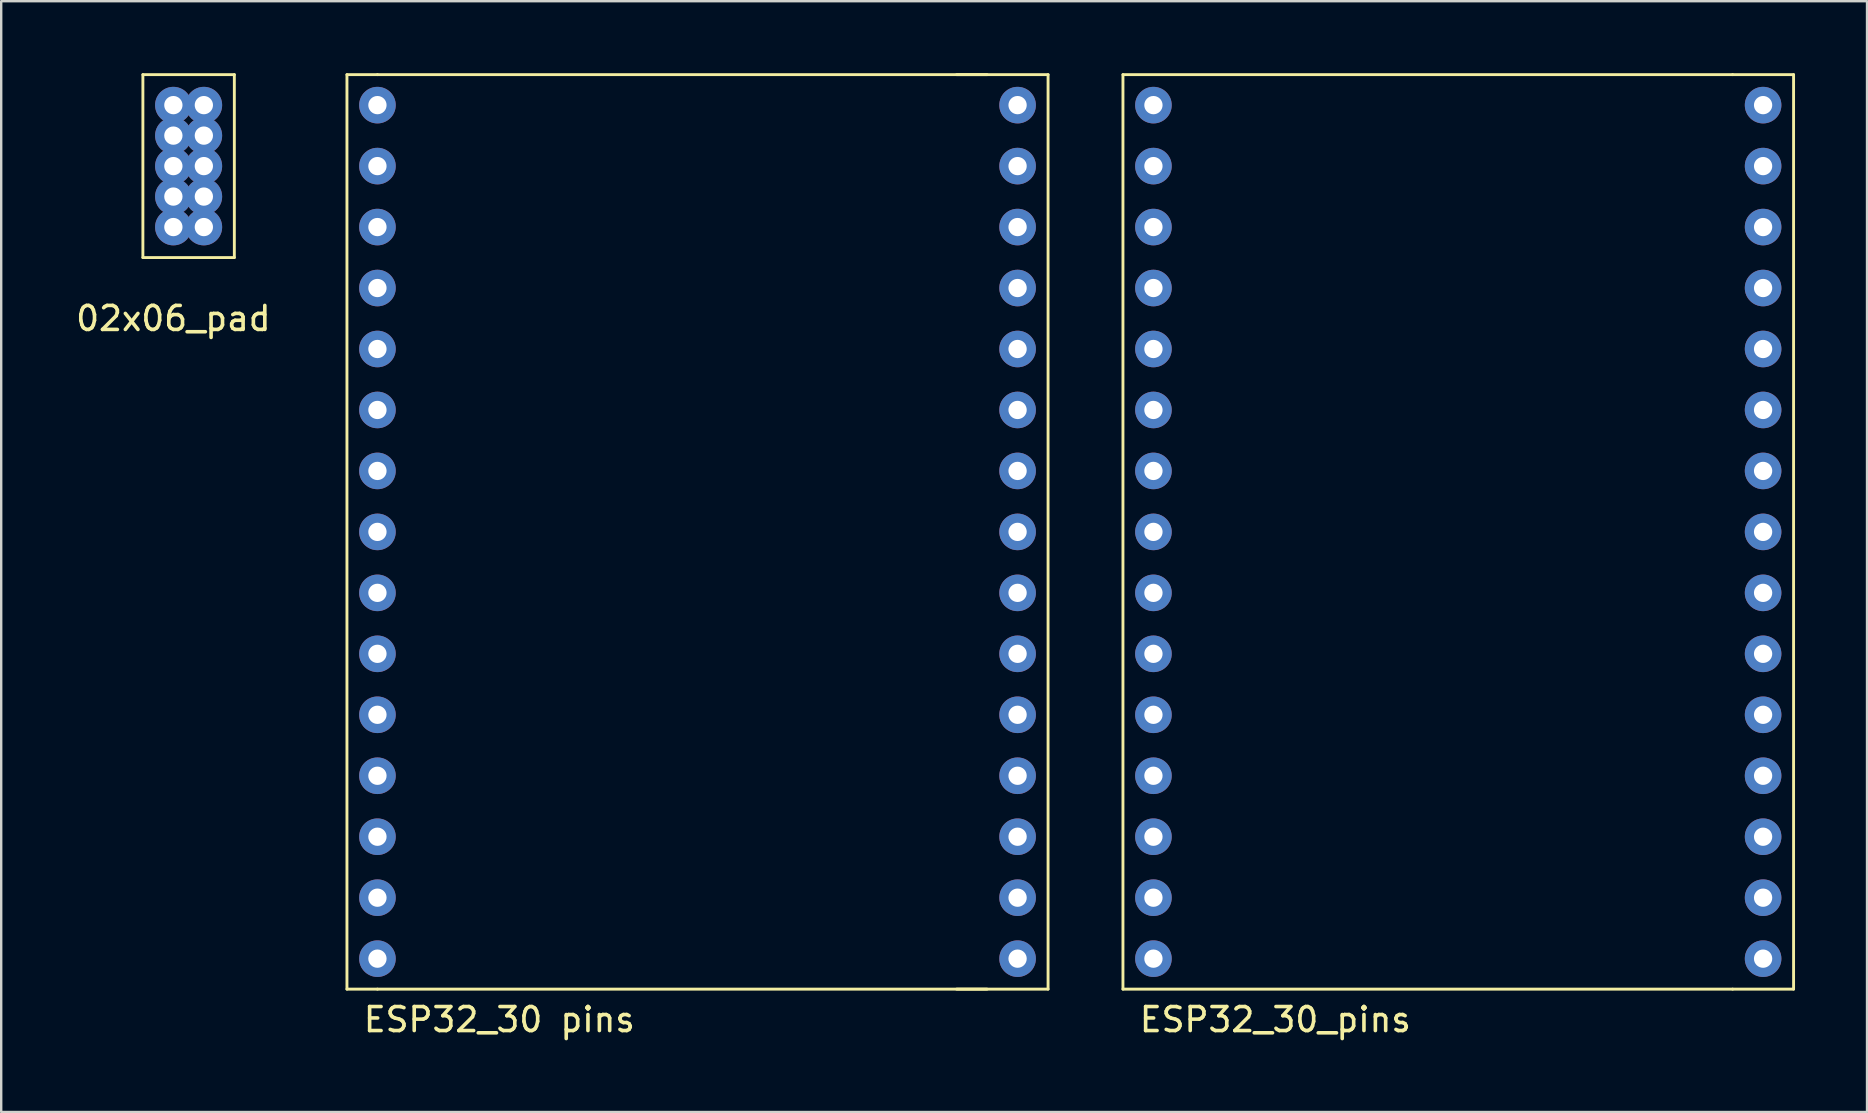
<source format=kicad_pcb>
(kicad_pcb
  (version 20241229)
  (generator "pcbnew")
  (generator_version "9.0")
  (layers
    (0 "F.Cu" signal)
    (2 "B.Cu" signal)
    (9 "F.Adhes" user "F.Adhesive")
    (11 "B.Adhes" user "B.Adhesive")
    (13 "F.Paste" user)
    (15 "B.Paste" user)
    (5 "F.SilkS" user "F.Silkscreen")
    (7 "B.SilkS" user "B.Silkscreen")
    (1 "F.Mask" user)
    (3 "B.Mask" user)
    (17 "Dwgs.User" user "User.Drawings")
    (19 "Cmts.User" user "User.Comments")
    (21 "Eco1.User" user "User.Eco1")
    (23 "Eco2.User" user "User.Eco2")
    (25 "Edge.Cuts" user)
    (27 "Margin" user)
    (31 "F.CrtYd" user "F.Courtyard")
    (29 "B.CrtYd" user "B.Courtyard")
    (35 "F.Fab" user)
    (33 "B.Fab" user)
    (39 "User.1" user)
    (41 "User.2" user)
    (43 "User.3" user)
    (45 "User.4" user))
  (footprint "02x06_pad"
    (layer "F.Cu")
    (at 2.903 7.68)
    (property "Reference" "02x06_pad" (at 1.27 2.54 0) (layer "F.SilkS") (effects (font (size 1 1) (thickness 0.15))))
    (attr through_hole)
    (fp_line (start 0 -7.62) (end 0 0) (stroke (width 0.12) (type solid)) (layer "F.SilkS"))
    (fp_line (start 0 0) (end 3.81 0) (stroke (width 0.12) (type solid)) (layer "F.SilkS"))
    (fp_line (start 3.81 -7.62) (end 0 -7.62) (stroke (width 0.12) (type solid)) (layer "F.SilkS"))
    (fp_line (start 3.81 0) (end 3.81 -7.62) (stroke (width 0.12) (type solid)) (layer "F.SilkS"))
    (pad "1" thru_hole circle (at 1.27 -6.35) (size 1.524 1.524) (drill 0.762) (layers "*.Cu" "*.Mask" "B.Paste"))
    (pad "1" thru_hole circle (at 1.27 -5.08) (size 1.524 1.524) (drill 0.762) (layers "*.Cu" "*.Mask"))
    (pad "1" thru_hole circle (at 1.27 -3.81) (size 1.524 1.524) (drill 0.762) (layers "*.Cu" "*.Mask" "B.Paste"))
    (pad "1" thru_hole circle (at 1.27 -2.54) (size 1.524 1.524) (drill 0.762) (layers "*.Cu" "*.Mask" "B.Paste"))
    (pad "1" thru_hole circle (at 1.27 -1.27) (size 1.524 1.524) (drill 0.762) (layers "*.Cu" "*.Mask" "B.Paste"))
    (pad "1" thru_hole circle (at 2.54 -6.35) (size 1.524 1.524) (drill 0.762) (layers "*.Cu" "*.Mask" "B.Paste"))
    (pad "1" thru_hole circle (at 2.54 -5.08) (size 1.524 1.524) (drill 0.762) (layers "*.Cu" "*.Mask" "B.Paste"))
    (pad "1" thru_hole circle (at 2.54 -3.81) (size 1.524 1.524) (drill 0.762) (layers "*.Cu" "*.Mask" "B.Paste"))
    (pad "1" thru_hole circle (at 2.54 -2.54) (size 1.524 1.524) (drill 0.762) (layers "*.Cu" "*.Mask" "B.Paste"))
    (pad "1" thru_hole circle (at 2.54 -1.27) (size 1.524 1.524) (drill 0.762) (layers "*.Cu" "*.Mask" "B.Paste")))
  (footprint "ESP32_30 pins"
    (layer "F.Cu")
    (at 12.675 36.89)
    (property "Reference" "ESP32_30 pins" (at 5.08 2.54 0) (layer "F.SilkS") (effects (font (size 1 1) (thickness 0.15))))
    (attr through_hole)
    (fp_line (start -1.27 -36.83) (end -1.27 1.27) (stroke (width 0.12) (type solid)) (layer "F.SilkS"))
    (fp_line (start -1.27 1.27) (end 0 1.27) (stroke (width 0.12) (type solid)) (layer "F.SilkS"))
    (fp_line (start 0 -36.83) (end -1.27 -36.83) (stroke (width 0.12) (type solid)) (layer "F.SilkS"))
    (fp_line (start 0 1.27) (end 25.4 1.27) (stroke (width 0.12) (type solid)) (layer "F.SilkS"))
    (fp_line (start 24.13 -36.83) (end 27.94 -36.83) (stroke (width 0.12) (type solid)) (layer "F.SilkS"))
    (fp_line (start 25.4 -36.83) (end 0 -36.83) (stroke (width 0.12) (type solid)) (layer "F.SilkS"))
    (fp_line (start 27.94 1.27) (end 24.13 1.27) (stroke (width 0.12) (type solid)) (layer "F.SilkS"))
    (fp_line (start 27.94 1.27) (end 27.94 -36.83) (stroke (width 0.12) (type solid)) (layer "F.SilkS"))
    (pad "1" thru_hole circle (at 0 0) (size 1.524 1.524) (drill 0.762) (layers "*.Cu" "*.Mask"))
    (pad "2" thru_hole circle (at 0 -2.54) (size 1.524 1.524) (drill 0.762) (layers "*.Cu" "*.Mask"))
    (pad "3" thru_hole circle (at 26.67 -2.54) (size 1.524 1.524) (drill 0.762) (layers "*.Cu" "*.Mask"))
    (pad "4" thru_hole circle (at 26.67 0) (size 1.524 1.524) (drill 0.762) (layers "*.Cu" "*.Mask"))
    (pad "5" thru_hole circle (at 0 -33.02) (size 1.524 1.524) (drill 0.762) (layers "*.Cu" "*.Mask"))
    (pad "8" thru_hole circle (at 0 -30.48) (size 1.524 1.524) (drill 0.762) (layers "*.Cu" "*.Mask"))
    (pad "9" thru_hole circle (at 0 -35.56) (size 1.524 1.524) (drill 0.762) (layers "*.Cu" "*.Mask"))
    (pad "10" thru_hole circle (at 0 -27.94) (size 1.524 1.524) (drill 0.762) (layers "*.Cu" "*.Mask"))
    (pad "11" thru_hole circle (at 0 -25.4) (size 1.524 1.524) (drill 0.762) (layers "*.Cu" "*.Mask"))
    (pad "12" thru_hole circle (at 0 -22.86) (size 1.524 1.524) (drill 0.762) (layers "*.Cu" "*.Mask"))
    (pad "13" thru_hole circle (at 0 -20.32) (size 1.524 1.524) (drill 0.762) (layers "*.Cu" "*.Mask"))
    (pad "14" thru_hole circle (at 0 -17.78) (size 1.524 1.524) (drill 0.762) (layers "*.Cu" "*.Mask"))
    (pad "15" thru_hole circle (at 0 -15.24) (size 1.524 1.524) (drill 0.762) (layers "*.Cu" "*.Mask"))
    (pad "16" thru_hole circle (at 0 -12.7) (size 1.524 1.524) (drill 0.762) (layers "*.Cu" "*.Mask"))
    (pad "17" thru_hole circle (at 0 -10.16) (size 1.524 1.524) (drill 0.762) (layers "*.Cu" "*.Mask"))
    (pad "18" thru_hole circle (at 0 -7.62) (size 1.524 1.524) (drill 0.762) (layers "*.Cu" "*.Mask"))
    (pad "20" thru_hole circle (at 0 -5.08) (size 1.524 1.524) (drill 0.762) (layers "*.Cu" "*.Mask"))
    (pad "21" thru_hole circle (at 26.67 -5.08) (size 1.524 1.524) (drill 0.762) (layers "*.Cu" "*.Mask"))
    (pad "22" thru_hole circle (at 26.67 -7.62) (size 1.524 1.524) (drill 0.762) (layers "*.Cu" "*.Mask"))
    (pad "24" thru_hole circle (at 26.67 -10.16) (size 1.524 1.524) (drill 0.762) (layers "*.Cu" "*.Mask"))
    (pad "25" thru_hole circle (at 26.67 -12.7) (size 1.524 1.524) (drill 0.762) (layers "*.Cu" "*.Mask"))
    (pad "27" thru_hole circle (at 26.67 -15.24) (size 1.524 1.524) (drill 0.762) (layers "*.Cu" "*.Mask"))
    (pad "34" thru_hole circle (at 26.67 -17.78) (size 1.524 1.524) (drill 0.762) (layers "*.Cu" "*.Mask"))
    (pad "35" thru_hole circle (at 26.67 -20.32) (size 1.524 1.524) (drill 0.762) (layers "*.Cu" "*.Mask"))
    (pad "38" thru_hole circle (at 26.67 -22.86) (size 1.524 1.524) (drill 0.762) (layers "*.Cu" "*.Mask"))
    (pad "39" thru_hole circle (at 26.67 -35.56) (size 1.524 1.524) (drill 0.762) (layers "*.Cu" "*.Mask"))
    (pad "39" thru_hole circle (at 26.67 -33.02) (size 1.524 1.524) (drill 0.762) (layers "*.Cu" "*.Mask"))
    (pad "40" thru_hole circle (at 26.67 -27.94) (size 1.524 1.524) (drill 0.762) (layers "*.Cu" "*.Mask"))
    (pad "41" thru_hole circle (at 26.67 -30.48) (size 1.524 1.524) (drill 0.762) (layers "*.Cu" "*.Mask"))
    (pad "42" thru_hole circle (at 26.67 -25.4) (size 1.524 1.524) (drill 0.762) (layers "*.Cu" "*.Mask")))
  (footprint "ESP32_30_pins"
    (layer "F.Cu")
    (at 45.005 36.89)
    (property "Reference" "ESP32_30_pins" (at 5.08 2.54 0) (layer "F.SilkS") (effects (font (size 1 1) (thickness 0.15))))
    (attr through_hole)
    (fp_line (start -1.27 -36.83) (end -1.27 1.27) (stroke (width 0.12) (type solid)) (layer "F.SilkS"))
    (fp_line (start -1.27 1.27) (end 24.13 1.27) (stroke (width 0.12) (type solid)) (layer "F.SilkS"))
    (fp_line (start 24.13 -36.83) (end -1.27 -36.83) (stroke (width 0.12) (type solid)) (layer "F.SilkS"))
    (fp_line (start 24.13 1.27) (end 26.67 1.27) (stroke (width 0.12) (type solid)) (layer "F.SilkS"))
    (fp_line (start 26.67 -36.83) (end 24.13 -36.83) (stroke (width 0.12) (type solid)) (layer "F.SilkS"))
    (fp_line (start 26.67 1.27) (end 26.67 -36.83) (stroke (width 0.12) (type solid)) (layer "F.SilkS"))
    (pad "1" thru_hole circle (at 0 0) (size 1.524 1.524) (drill 0.762) (layers "*.Cu" "*.Mask"))
    (pad "2" thru_hole circle (at 0 -2.54) (size 1.524 1.524) (drill 0.762) (layers "*.Cu" "*.Mask"))
    (pad "3" thru_hole circle (at 25.4 -2.54) (size 1.524 1.524) (drill 0.762) (layers "*.Cu" "*.Mask"))
    (pad "4" thru_hole circle (at 25.4 0) (size 1.524 1.524) (drill 0.762) (layers "*.Cu" "*.Mask"))
    (pad "5" thru_hole circle (at 0 -33.02) (size 1.524 1.524) (drill 0.762) (layers "*.Cu" "*.Mask"))
    (pad "8" thru_hole circle (at 0 -30.48) (size 1.524 1.524) (drill 0.762) (layers "*.Cu" "*.Mask"))
    (pad "9" thru_hole circle (at 0 -35.56) (size 1.524 1.524) (drill 0.762) (layers "*.Cu" "*.Mask"))
    (pad "10" thru_hole circle (at 0 -27.94) (size 1.524 1.524) (drill 0.762) (layers "*.Cu" "*.Mask"))
    (pad "11" thru_hole circle (at 0 -25.4) (size 1.524 1.524) (drill 0.762) (layers "*.Cu" "*.Mask"))
    (pad "12" thru_hole circle (at 0 -22.86) (size 1.524 1.524) (drill 0.762) (layers "*.Cu" "*.Mask"))
    (pad "13" thru_hole circle (at 0 -20.32) (size 1.524 1.524) (drill 0.762) (layers "*.Cu" "*.Mask"))
    (pad "14" thru_hole circle (at 0 -17.78) (size 1.524 1.524) (drill 0.762) (layers "*.Cu" "*.Mask"))
    (pad "15" thru_hole circle (at 0 -15.24) (size 1.524 1.524) (drill 0.762) (layers "*.Cu" "*.Mask"))
    (pad "16" thru_hole circle (at 0 -12.7) (size 1.524 1.524) (drill 0.762) (layers "*.Cu" "*.Mask"))
    (pad "17" thru_hole circle (at 0 -10.16) (size 1.524 1.524) (drill 0.762) (layers "*.Cu" "*.Mask"))
    (pad "18" thru_hole circle (at 0 -7.62) (size 1.524 1.524) (drill 0.762) (layers "*.Cu" "*.Mask"))
    (pad "20" thru_hole circle (at 0 -5.08) (size 1.524 1.524) (drill 0.762) (layers "*.Cu" "*.Mask"))
    (pad "21" thru_hole circle (at 25.4 -5.08) (size 1.524 1.524) (drill 0.762) (layers "*.Cu" "*.Mask"))
    (pad "22" thru_hole circle (at 25.4 -7.62) (size 1.524 1.524) (drill 0.762) (layers "*.Cu" "*.Mask"))
    (pad "24" thru_hole circle (at 25.4 -10.16) (size 1.524 1.524) (drill 0.762) (layers "*.Cu" "*.Mask"))
    (pad "25" thru_hole circle (at 25.4 -12.7) (size 1.524 1.524) (drill 0.762) (layers "*.Cu" "*.Mask"))
    (pad "27" thru_hole circle (at 25.4 -15.24) (size 1.524 1.524) (drill 0.762) (layers "*.Cu" "*.Mask"))
    (pad "34" thru_hole circle (at 25.4 -17.78) (size 1.524 1.524) (drill 0.762) (layers "*.Cu" "*.Mask"))
    (pad "35" thru_hole circle (at 25.4 -20.32) (size 1.524 1.524) (drill 0.762) (layers "*.Cu" "*.Mask"))
    (pad "36" thru_hole circle (at 25.4 -35.56) (size 1.524 1.524) (drill 0.762) (layers "*.Cu" "*.Mask"))
    (pad "38" thru_hole circle (at 25.4 -22.86) (size 1.524 1.524) (drill 0.762) (layers "*.Cu" "*.Mask"))
    (pad "39" thru_hole circle (at 25.4 -33.02) (size 1.524 1.524) (drill 0.762) (layers "*.Cu" "*.Mask"))
    (pad "40" thru_hole circle (at 25.4 -27.94) (size 1.524 1.524) (drill 0.762) (layers "*.Cu" "*.Mask"))
    (pad "41" thru_hole circle (at 25.4 -30.48) (size 1.524 1.524) (drill 0.762) (layers "*.Cu" "*.Mask"))
    (pad "42" thru_hole circle (at 25.4 -25.4) (size 1.524 1.524) (drill 0.762) (layers "*.Cu" "*.Mask")))
  (gr_rect
    (start -3 -3)
    (end 74.735 43.278)
    (stroke (width 0.1) (type default))
    (fill no)
    (layer "Edge.Cuts")))
</source>
